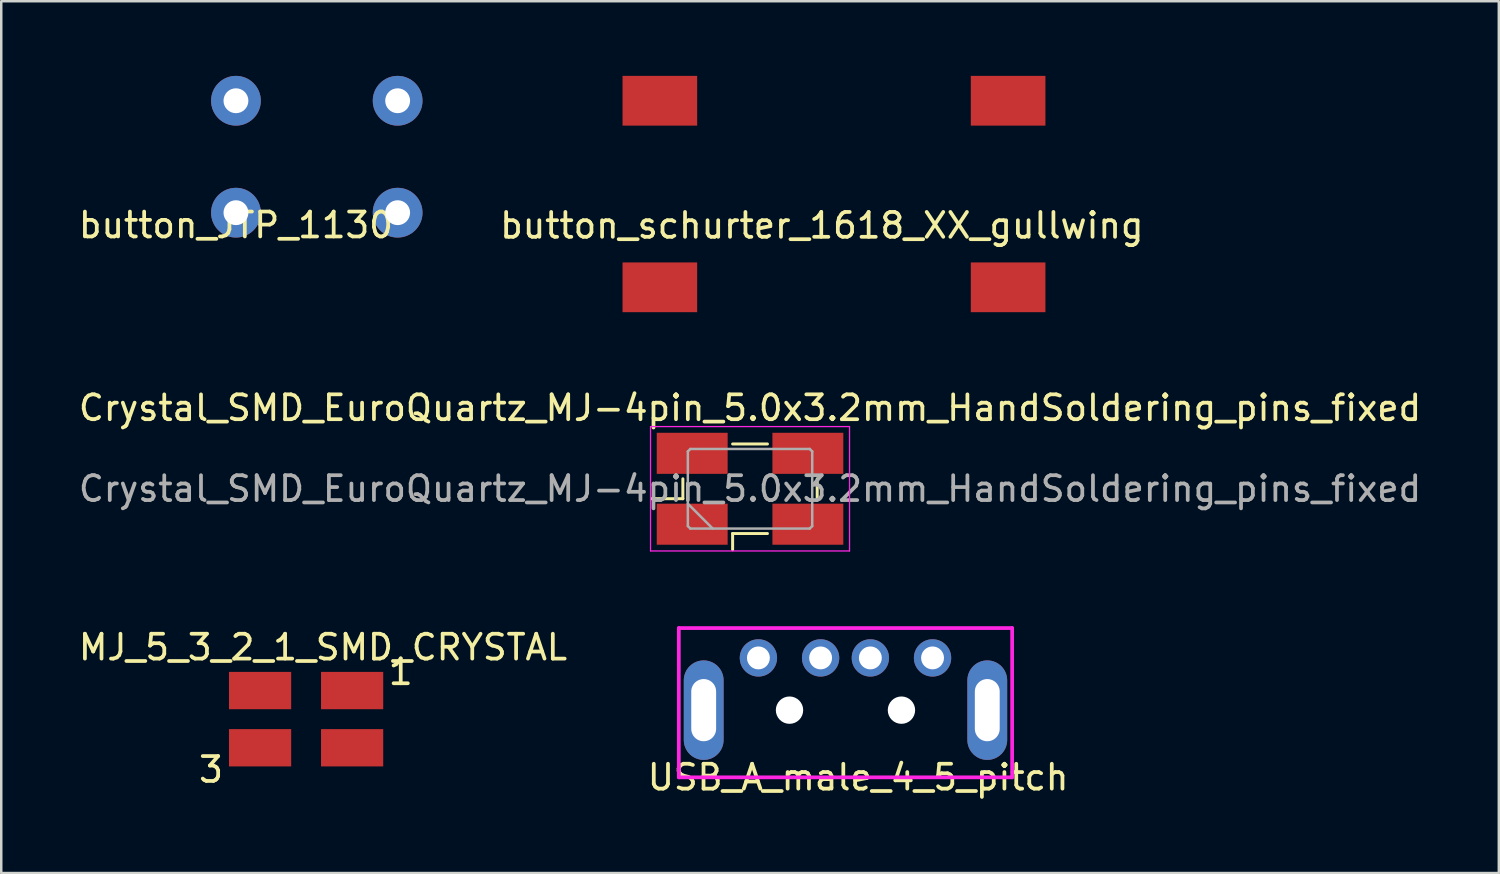
<source format=kicad_pcb>
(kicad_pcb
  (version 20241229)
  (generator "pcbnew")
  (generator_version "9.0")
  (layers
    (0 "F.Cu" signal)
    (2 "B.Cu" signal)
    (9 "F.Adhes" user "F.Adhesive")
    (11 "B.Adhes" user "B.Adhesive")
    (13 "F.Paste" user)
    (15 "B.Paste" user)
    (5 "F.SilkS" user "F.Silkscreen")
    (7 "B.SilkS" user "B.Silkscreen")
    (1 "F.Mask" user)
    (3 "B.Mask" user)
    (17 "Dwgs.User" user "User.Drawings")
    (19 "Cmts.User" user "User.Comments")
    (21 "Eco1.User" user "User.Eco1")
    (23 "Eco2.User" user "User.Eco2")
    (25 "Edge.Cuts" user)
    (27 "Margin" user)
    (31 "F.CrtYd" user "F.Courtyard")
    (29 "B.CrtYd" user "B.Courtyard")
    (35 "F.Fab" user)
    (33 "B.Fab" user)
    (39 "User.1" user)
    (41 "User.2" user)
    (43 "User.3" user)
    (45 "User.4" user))
  (footprint "USB_A_male_4_5_pitch"
    (layer "F.Cu")
    (at 30.938 28.198)
    (property "Reference" "USB_A_male_4_5_pitch" (at 0.508 0 0) (layer "F.SilkS") (effects (font (size 1 1) (thickness 0.15))))
    (attr through_hole)
    (fp_line (start -6.7 -6) (end 6.7 -6) (stroke (width 0.15) (type solid)) (layer "F.CrtYd"))
    (fp_line (start -6.7 0) (end -6.7 -6) (stroke (width 0.15) (type solid)) (layer "F.CrtYd"))
    (fp_line (start -6.7 0) (end 6.7 0) (stroke (width 0.15) (type solid)) (layer "F.CrtYd"))
    (fp_line (start 6.7 0) (end 6.7 -6) (stroke (width 0.15) (type solid)) (layer "F.CrtYd"))
    (pad "" np_thru_hole circle (at -2.25 -2.7) (size 1.1 1.1) (drill 1.1) (layers "*.Cu" "*.Mask"))
    (pad "" np_thru_hole circle (at 2.25 -2.7) (size 1.1 1.1) (drill 1.1) (layers "*.Cu" "*.Mask"))
    (pad "1" thru_hole circle (at 3.5 -4.8) (size 1.5 1.5) (drill 0.92) (layers "*.Cu" "*.Mask"))
    (pad "2" thru_hole circle (at 1 -4.8) (size 1.5 1.5) (drill 0.92) (layers "*.Cu" "*.Mask"))
    (pad "3" thru_hole circle (at -1 -4.8) (size 1.5 1.5) (drill 0.92) (layers "*.Cu" "*.Mask"))
    (pad "4" thru_hole circle (at -3.5 -4.8) (size 1.5 1.5) (drill 0.92) (layers "*.Cu" "*.Mask"))
    (pad "5" thru_hole oval (at -5.7 -2.7) (size 1.6 4) (drill oval 1 2.5) (layers "*.Cu" "*.Mask"))
    (pad "5" thru_hole oval (at 5.7 -2.7) (size 1.6 4) (drill oval 1 2.5) (layers "*.Cu" "*.Mask")))
  (footprint "button_schurter_1618_XX_gullwing"
    (layer "F.Cu")
    (at 30.476 4.75)
    (property "Reference" "button_schurter_1618_XX_gullwing" (at -0.488 1.265 0) (layer "F.SilkS") (effects (font (size 1 1) (thickness 0.15))))
    (attr through_hole)
    (pad "1" smd rect (at -7 3.75) (size 3 2) (layers "F.Cu" "F.Mask" "F.Paste"))
    (pad "1" smd rect (at 7 3.75) (size 3 2) (layers "F.Cu" "F.Mask" "F.Paste"))
    (pad "2" smd rect (at -7 -3.75) (size 3 2) (layers "F.Cu" "F.Mask" "F.Paste"))
    (pad "2" smd rect (at 7 -3.75) (size 3 2) (layers "F.Cu" "F.Mask" "F.Paste")))
  (footprint "button_JTP_1130"
    (layer "F.Cu")
    (at 6.435 5.5)
    (property "Reference" "button_JTP_1130" (at 0 0.5 0) (layer "F.SilkS") (effects (font (size 1 1) (thickness 0.15))))
    (attr through_hole)
    (pad "1" thru_hole circle (at 0 -4.5) (size 2 2) (drill 1) (layers "*.Cu" "*.Mask"))
    (pad "1" thru_hole circle (at 0 0) (size 2 2) (drill 1) (layers "*.Cu" "*.Mask"))
    (pad "2" thru_hole circle (at 6.5 -4.5) (size 2 2) (drill 1) (layers "*.Cu" "*.Mask"))
    (pad "2" thru_hole circle (at 6.5 0) (size 2 2) (drill 1) (layers "*.Cu" "*.Mask")))
  (footprint "Crystal_SMD_EuroQuartz_MJ-4pin_5.0x3.2mm_HandSoldering_pins_fixed"
    (layer "F.Cu")
    (at 27.101 16.598)
    (property "Reference" "Crystal_SMD_EuroQuartz_MJ-4pin_5.0x3.2mm_HandSoldering_pins_fixed" (at 0 -3.25 0) (layer "F.SilkS") (effects (font (size 1 1) (thickness 0.15))))
    (attr smd)
    (fp_line (start -3.95 0.4) (end -2.7 0.4) (stroke (width 0.12) (type solid)) (layer "F.SilkS"))
    (fp_line (start -2.7 0.4) (end -2.7 -0.4) (stroke (width 0.12) (type solid)) (layer "F.SilkS"))
    (fp_line (start -0.7 -1.8) (end 0.7 -1.8) (stroke (width 0.12) (type solid)) (layer "F.SilkS"))
    (fp_line (start -0.7 1.8) (end -0.7 2.45) (stroke (width 0.12) (type solid)) (layer "F.SilkS"))
    (fp_line (start 0.7 1.8) (end -0.7 1.8) (stroke (width 0.12) (type solid)) (layer "F.SilkS"))
    (fp_line (start 2.7 -0.4) (end 2.7 0.4) (stroke (width 0.12) (type solid)) (layer "F.SilkS"))
    (fp_line (start -4 -2.5) (end -4 2.5) (stroke (width 0.05) (type solid)) (layer "F.CrtYd"))
    (fp_line (start -4 2.5) (end 4 2.5) (stroke (width 0.05) (type solid)) (layer "F.CrtYd"))
    (fp_line (start 4 -2.5) (end -4 -2.5) (stroke (width 0.05) (type solid)) (layer "F.CrtYd"))
    (fp_line (start 4 2.5) (end 4 -2.5) (stroke (width 0.05) (type solid)) (layer "F.CrtYd"))
    (fp_line (start -2.5 -1.5) (end -2.4 -1.6) (stroke (width 0.1) (type solid)) (layer "F.Fab"))
    (fp_line (start -2.5 0.6) (end -1.5 1.6) (stroke (width 0.1) (type solid)) (layer "F.Fab"))
    (fp_line (start -2.5 1.5) (end -2.5 -1.5) (stroke (width 0.1) (type solid)) (layer "F.Fab"))
    (fp_line (start -2.4 -1.6) (end 2.4 -1.6) (stroke (width 0.1) (type solid)) (layer "F.Fab"))
    (fp_line (start -2.4 1.6) (end -2.5 1.5) (stroke (width 0.1) (type solid)) (layer "F.Fab"))
    (fp_line (start 2.4 -1.6) (end 2.5 -1.5) (stroke (width 0.1) (type solid)) (layer "F.Fab"))
    (fp_line (start 2.4 1.6) (end -2.4 1.6) (stroke (width 0.1) (type solid)) (layer "F.Fab"))
    (fp_line (start 2.5 -1.5) (end 2.5 1.5) (stroke (width 0.1) (type solid)) (layer "F.Fab"))
    (fp_line (start 2.5 1.5) (end 2.4 1.6) (stroke (width 0.1) (type solid)) (layer "F.Fab"))
    (fp_text user "${REFERENCE}" (at 0 0 0) (layer "F.Fab") (effects (font (size 1 1) (thickness 0.15))))
    (pad "1" smd rect (at -2.325 1.425) (size 2.85 1.65) (layers "F.Cu" "F.Mask" "F.Paste"))
    (pad "2" smd rect (at 2.325 -1.425) (size 2.85 1.65) (layers "F.Cu" "F.Mask" "F.Paste"))
    (pad "3" smd rect (at 2.325 1.425) (size 2.85 1.65) (layers "F.Cu" "F.Mask" "F.Paste"))
    (pad "4" smd rect (at -2.325 -1.425) (size 2.85 1.65) (layers "F.Cu" "F.Mask" "F.Paste")))
  (footprint "MJ_5_3_2_1_SMD_CRYSTAL"
    (layer "F.Cu")
    (at 7.405 27.01)
    (property "Reference" "MJ_5_3_2_1_SMD_CRYSTAL" (at 2.53 -4.039 0) (layer "F.SilkS") (effects (font (size 1 1) (thickness 0.15))))
    (attr through_hole)
    (fp_text user "3" (at -1.971 0.879 0) (layer "F.SilkS") (effects (font (size 1 1) (thickness 0.15))))
    (fp_text user "1" (at 5.654 -3.048 0) (layer "F.SilkS") (effects (font (size 1 1) (thickness 0.15))))
    (pad "1" smd rect (at 0 0) (size 2.5 1.5) (layers "F.Cu" "F.Mask" "F.Paste"))
    (pad "2" smd rect (at 0 -2.3) (size 2.5 1.5) (layers "F.Cu" "F.Mask" "F.Paste"))
    (pad "3" smd rect (at 3.7 0) (size 2.5 1.5) (layers "F.Cu" "F.Mask" "F.Paste"))
    (pad "4" smd rect (at 3.7 -2.3) (size 2.5 1.5) (layers "F.Cu" "F.Mask" "F.Paste")))
  (gr_rect
    (start -3 -3)
    (end 57.202 32.047)
    (stroke (width 0.1) (type default))
    (fill no)
    (layer "Edge.Cuts")))
</source>
